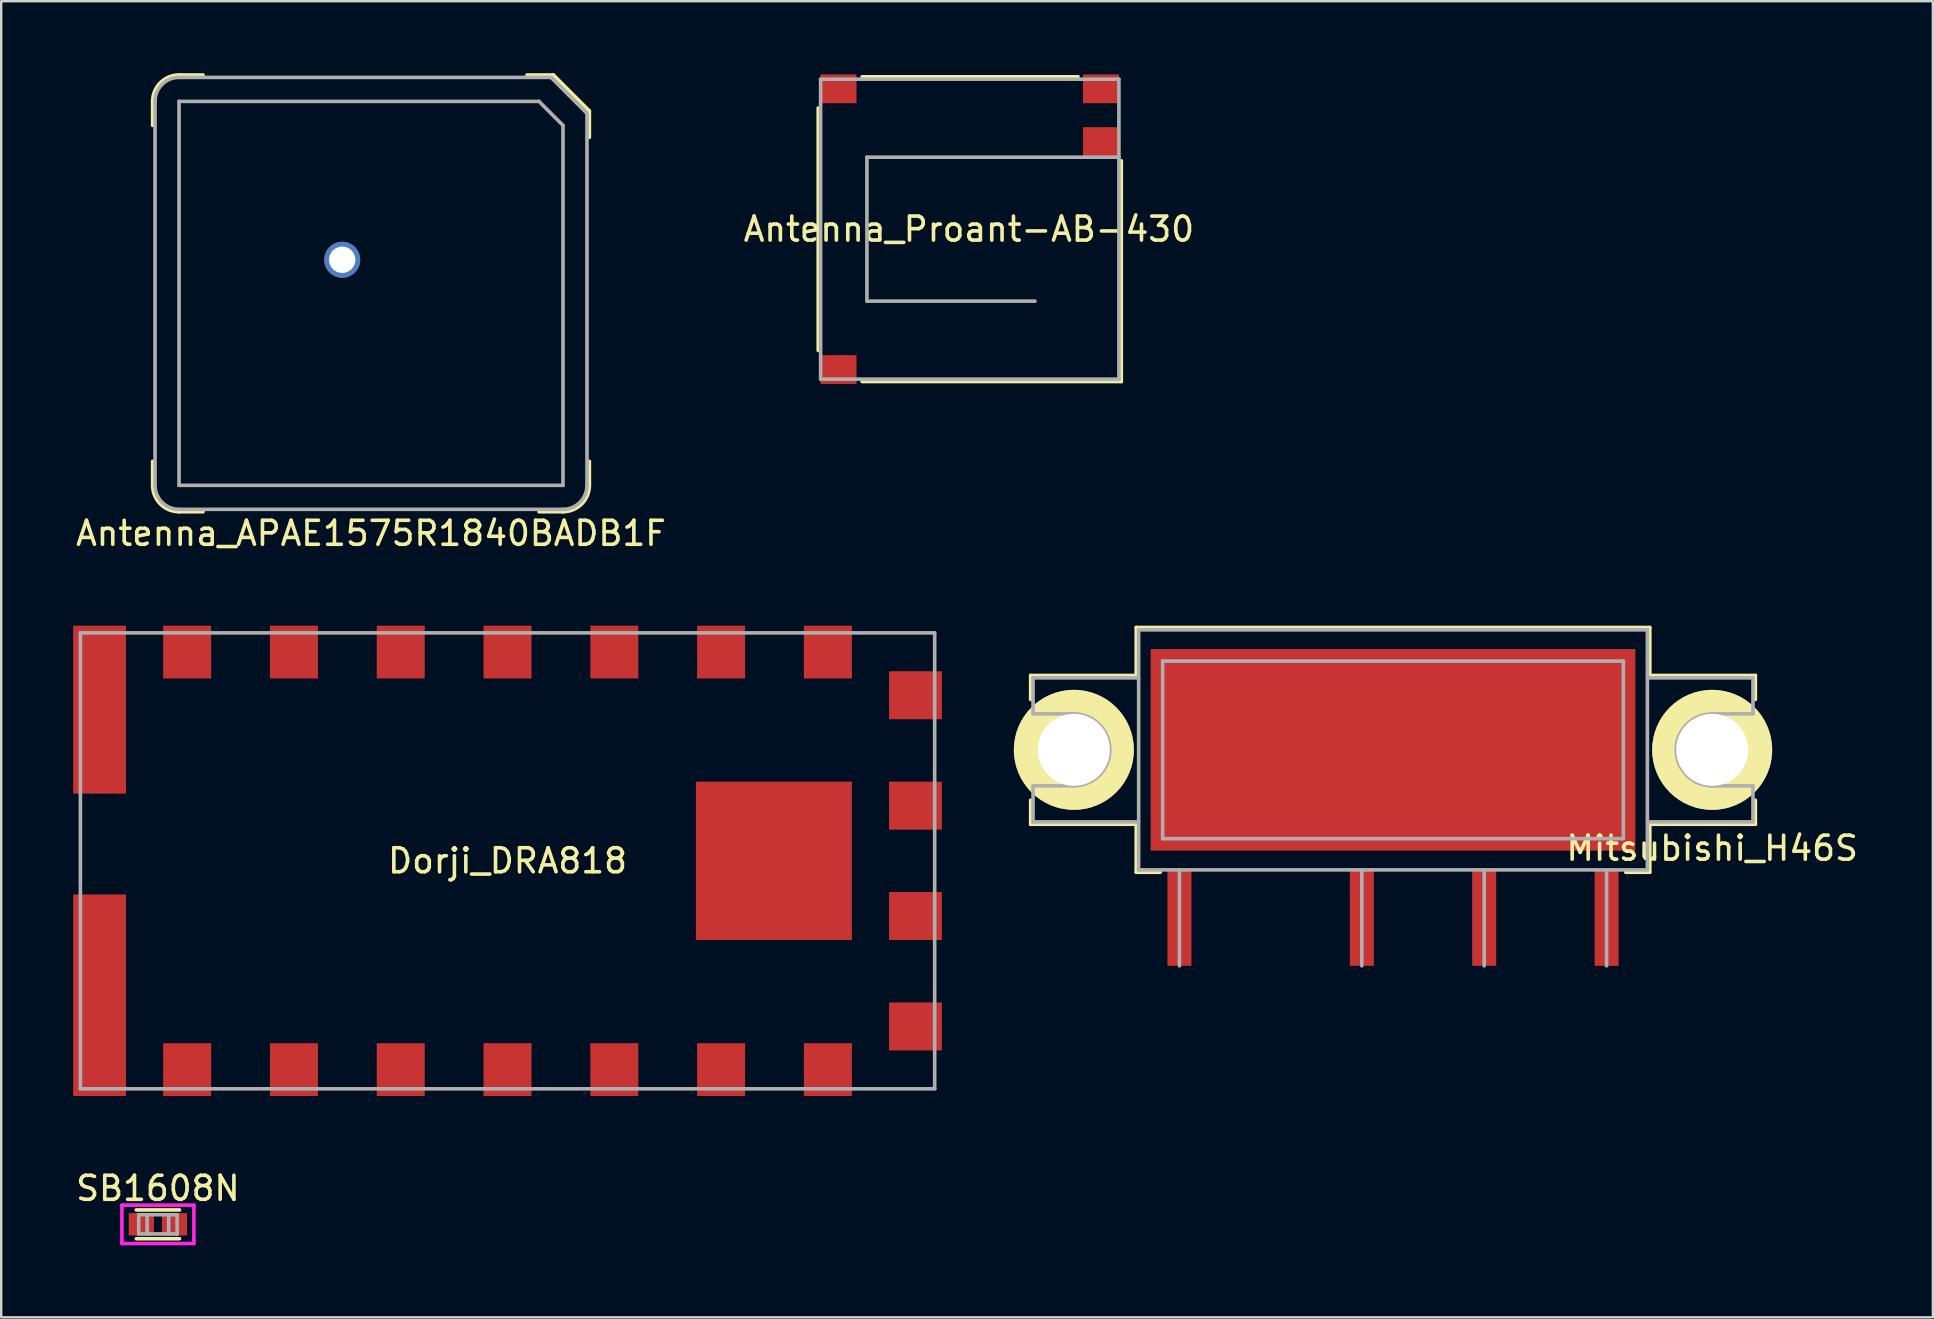
<source format=kicad_pcb>
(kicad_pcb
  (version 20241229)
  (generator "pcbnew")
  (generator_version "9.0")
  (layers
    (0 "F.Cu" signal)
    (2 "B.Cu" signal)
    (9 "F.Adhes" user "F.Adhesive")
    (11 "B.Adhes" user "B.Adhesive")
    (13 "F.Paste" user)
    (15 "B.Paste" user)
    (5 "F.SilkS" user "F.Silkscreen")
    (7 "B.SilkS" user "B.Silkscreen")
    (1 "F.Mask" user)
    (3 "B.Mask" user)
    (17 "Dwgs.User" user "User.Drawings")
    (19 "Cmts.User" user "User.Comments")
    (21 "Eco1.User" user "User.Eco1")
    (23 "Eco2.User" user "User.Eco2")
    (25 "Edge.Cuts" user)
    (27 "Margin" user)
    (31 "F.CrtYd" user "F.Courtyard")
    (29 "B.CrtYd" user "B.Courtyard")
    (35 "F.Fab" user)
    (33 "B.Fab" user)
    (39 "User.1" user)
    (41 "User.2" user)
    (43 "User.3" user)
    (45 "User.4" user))
  (footprint "Antenna_APAE1575R1840BADB1F"
    (layer "F.Cu")
    (at 12.411 9.175)
    (property "Reference" "Antenna_APAE1575R1840BADB1F" (at 0 10 0) (layer "F.SilkS") (effects (font (size 1 1) (thickness 0.15))))
    (attr through_hole)
    (fp_line (start -9.1 -8) (end -9.1 -7) (stroke (width 0.15) (type solid)) (layer "F.SilkS"))
    (fp_line (start -9.1 8) (end -9.1 7) (stroke (width 0.15) (type solid)) (layer "F.SilkS"))
    (fp_line (start -8 -9.1) (end -7 -9.1) (stroke (width 0.15) (type solid)) (layer "F.SilkS"))
    (fp_line (start -8 9.1) (end -7 9.1) (stroke (width 0.15) (type solid)) (layer "F.SilkS"))
    (fp_line (start 6.5 -9.1) (end 7.6 -9.1) (stroke (width 0.15) (type solid)) (layer "F.SilkS"))
    (fp_line (start 7.6 -9.1) (end 9.1 -7.6) (stroke (width 0.15) (type solid)) (layer "F.SilkS"))
    (fp_line (start 8 9.1) (end 7 9.1) (stroke (width 0.15) (type solid)) (layer "F.SilkS"))
    (fp_line (start 9.1 -7.6) (end 9.1 -6.5) (stroke (width 0.15) (type solid)) (layer "F.SilkS"))
    (fp_line (start 9.1 8) (end 9.1 7) (stroke (width 0.15) (type solid)) (layer "F.SilkS"))
    (fp_arc (start -9.1 -8) (mid -8.777817 -8.777817) (end -8 -9.1) (stroke (width 0.15) (type solid)) (layer "F.SilkS"))
    (fp_arc (start -8 9.1) (mid -8.777817 8.777817) (end -9.1 8) (stroke (width 0.15) (type solid)) (layer "F.SilkS"))
    (fp_arc (start 9.1 8) (mid 8.777817 8.777817) (end 8 9.1) (stroke (width 0.15) (type solid)) (layer "F.SilkS"))
    (fp_line (start -9 8) (end -9 -8) (stroke (width 0.15) (type solid)) (layer "F.Fab"))
    (fp_line (start -8 -9) (end 7.5 -9) (stroke (width 0.15) (type solid)) (layer "F.Fab"))
    (fp_line (start -8 -8) (end 7 -8) (stroke (width 0.15) (type solid)) (layer "F.Fab"))
    (fp_line (start -8 8) (end -8 -8) (stroke (width 0.15) (type solid)) (layer "F.Fab"))
    (fp_line (start 7 -8) (end 8 -7) (stroke (width 0.15) (type solid)) (layer "F.Fab"))
    (fp_line (start 7.5 -9) (end 9 -7.5) (stroke (width 0.15) (type solid)) (layer "F.Fab"))
    (fp_line (start 8 -7) (end 8 8) (stroke (width 0.15) (type solid)) (layer "F.Fab"))
    (fp_line (start 8 8) (end -8 8) (stroke (width 0.15) (type solid)) (layer "F.Fab"))
    (fp_line (start 8 9) (end -8 9) (stroke (width 0.15) (type solid)) (layer "F.Fab"))
    (fp_line (start 9 -7.5) (end 9 8) (stroke (width 0.15) (type solid)) (layer "F.Fab"))
    (fp_arc (start -9 -8) (mid -8.707107 -8.707107) (end -8 -9) (stroke (width 0.15) (type solid)) (layer "F.Fab"))
    (fp_arc (start -8 9) (mid -8.707107 8.707107) (end -9 8) (stroke (width 0.15) (type solid)) (layer "F.Fab"))
    (fp_arc (start 9 8) (mid 8.707107 8.707107) (end 8 9) (stroke (width 0.15) (type solid)) (layer "F.Fab"))
    (pad "1" thru_hole circle (at -1.2 -1.4) (size 1.5 1.5) (drill 1.1) (layers "*.Cu" "*.Mask")))
  (footprint "Dorji_DRA818"
    (layer "F.Cu")
    (at 18.1 32.823)
    (property "Reference" "Dorji_DRA818" (at 0 0 0) (layer "F.SilkS") (effects (font (size 1 1) (thickness 0.15))))
    (attr through_hole)
    (fp_line (start -17.8 -9.5) (end 17.8 -9.5) (stroke (width 0.15) (type solid)) (layer "F.Fab"))
    (fp_line (start -17.8 9.5) (end -17.8 -9.5) (stroke (width 0.15) (type solid)) (layer "F.Fab"))
    (fp_line (start 17.8 -9.5) (end 17.8 9.5) (stroke (width 0.15) (type solid)) (layer "F.Fab"))
    (fp_line (start 17.8 9.5) (end -17.8 9.5) (stroke (width 0.15) (type solid)) (layer "F.Fab"))
    (pad "1" smd rect (at -13.35 -8.7) (size 2 2.2) (layers "F.Cu" "F.Mask" "F.Paste"))
    (pad "2" smd rect (at -8.9 -8.7) (size 2 2.2) (layers "F.Cu" "F.Mask" "F.Paste"))
    (pad "3" smd rect (at -4.45 -8.7) (size 2 2.2) (layers "F.Cu" "F.Mask" "F.Paste"))
    (pad "4" smd rect (at 0 -8.7) (size 2 2.2) (layers "F.Cu" "F.Mask" "F.Paste"))
    (pad "5" smd rect (at 4.45 -8.7) (size 2 2.2) (layers "F.Cu" "F.Mask" "F.Paste"))
    (pad "6" smd rect (at 8.9 -8.7) (size 2 2.2) (layers "F.Cu" "F.Mask" "F.Paste"))
    (pad "7" smd rect (at 13.35 -8.7) (size 2 2.2) (layers "F.Cu" "F.Mask" "F.Paste"))
    (pad "8" smd rect (at 17 -6.9 90) (size 2 2.2) (layers "F.Cu" "F.Mask" "F.Paste"))
    (pad "9" smd rect (at 17 -2.3 90) (size 2 2.2) (layers "F.Cu" "F.Mask" "F.Paste"))
    (pad "10" smd rect (at 17 2.3 90) (size 2 2.2) (layers "F.Cu" "F.Mask" "F.Paste"))
    (pad "11" smd rect (at 17 6.9 90) (size 2 2.2) (layers "F.Cu" "F.Mask" "F.Paste"))
    (pad "12" smd rect (at 13.35 8.7) (size 2 2.2) (layers "F.Cu" "F.Mask" "F.Paste"))
    (pad "13" smd rect (at 8.9 8.7) (size 2 2.2) (layers "F.Cu" "F.Mask" "F.Paste"))
    (pad "14" smd rect (at 4.45 8.7) (size 2 2.2) (layers "F.Cu" "F.Mask" "F.Paste"))
    (pad "15" smd rect (at 0 8.7) (size 2 2.2) (layers "F.Cu" "F.Mask" "F.Paste"))
    (pad "16" smd rect (at -4.45 8.7) (size 2 2.2) (layers "F.Cu" "F.Mask" "F.Paste"))
    (pad "17" smd rect (at -8.9 8.7) (size 2 2.2) (layers "F.Cu" "F.Mask" "F.Paste"))
    (pad "18" smd rect (at -13.35 8.7) (size 2 2.2) (layers "F.Cu" "F.Mask" "F.Paste"))
    (pad "P1" smd rect (at 11.1 0) (size 6.5 6.6) (layers "F.Cu" "F.Mask" "F.Paste"))
    (pad "P2" smd rect (at -17 -6.3) (size 2.2 7) (layers "F.Cu" "F.Mask" "F.Paste"))
    (pad "P3" smd rect (at -17 5.6) (size 2.2 8.4) (layers "F.Cu" "F.Mask" "F.Paste")))
  (footprint "SB1608N"
    (layer "F.Cu")
    (at 3.53 47.971)
    (property "Reference" "SB1608N" (at 0 -1.5 0) (layer "F.SilkS") (effects (font (size 1 1) (thickness 0.15))))
    (attr through_hole)
    (fp_line (start -0.9 -0.6) (end 0.9 -0.6) (stroke (width 0.15) (type solid)) (layer "F.SilkS"))
    (fp_line (start 0.9 0.6) (end -0.9 0.6) (stroke (width 0.15) (type solid)) (layer "F.SilkS"))
    (fp_line (start -1.5 -0.8) (end -1.5 0.8) (stroke (width 0.15) (type solid)) (layer "F.CrtYd"))
    (fp_line (start -1.5 0.8) (end 1.5 0.8) (stroke (width 0.15) (type solid)) (layer "F.CrtYd"))
    (fp_line (start 1.5 -0.8) (end -1.5 -0.8) (stroke (width 0.15) (type solid)) (layer "F.CrtYd"))
    (fp_line (start 1.5 0.8) (end 1.5 -0.8) (stroke (width 0.15) (type solid)) (layer "F.CrtYd"))
    (fp_line (start -0.8 -0.4) (end -0.8 0.4) (stroke (width 0.15) (type solid)) (layer "F.Fab"))
    (fp_line (start -0.8 0.4) (end 0.8 0.4) (stroke (width 0.15) (type solid)) (layer "F.Fab"))
    (fp_line (start -0.45 0.4) (end -0.45 -0.4) (stroke (width 0.15) (type solid)) (layer "F.Fab"))
    (fp_line (start 0.45 -0.4) (end 0.45 0.4) (stroke (width 0.15) (type solid)) (layer "F.Fab"))
    (fp_line (start 0.8 -0.4) (end -0.8 -0.4) (stroke (width 0.15) (type solid)) (layer "F.Fab"))
    (fp_line (start 0.8 0.4) (end 0.8 -0.4) (stroke (width 0.15) (type solid)) (layer "F.Fab"))
    (pad "1" smd rect (at -0.69 0) (size 1.05 0.93) (layers "F.Cu" "F.Mask" "F.Paste"))
    (pad "2" smd rect (at 0.69 0) (size 1.05 0.93) (layers "F.Cu" "F.Mask" "F.Paste")))
  (footprint "Mitsubishi_H46S"
    (layer "F.Cu")
    (at 55 28.198)
    (property "Reference" "Mitsubishi_H46S" (at 13.3 4.1 0) (layer "F.SilkS") (effects (font (size 1 1) (thickness 0.15))))
    (attr through_hole)
    (fp_line (start -15.1 -3.1) (end -10.7 -3.1) (stroke (width 0.15) (type solid)) (layer "F.SilkS"))
    (fp_line (start -15.1 -2.1) (end -15.1 -3.1) (stroke (width 0.15) (type solid)) (layer "F.SilkS"))
    (fp_line (start -15.1 3.1) (end -15.1 2.1) (stroke (width 0.15) (type solid)) (layer "F.SilkS"))
    (fp_line (start -10.7 -5.1) (end 10.7 -5.1) (stroke (width 0.15) (type solid)) (layer "F.SilkS"))
    (fp_line (start -10.7 -3.1) (end -10.7 -5.1) (stroke (width 0.15) (type solid)) (layer "F.SilkS"))
    (fp_line (start -10.7 3.1) (end -15.1 3.1) (stroke (width 0.15) (type solid)) (layer "F.SilkS"))
    (fp_line (start -10.7 5.1) (end -10.7 3.1) (stroke (width 0.15) (type solid)) (layer "F.SilkS"))
    (fp_line (start -9.7 5.1) (end -10.7 5.1) (stroke (width 0.15) (type solid)) (layer "F.SilkS"))
    (fp_line (start 10.7 -5.1) (end 10.7 -3.1) (stroke (width 0.15) (type solid)) (layer "F.SilkS"))
    (fp_line (start 10.7 -3.1) (end 15.1 -3.1) (stroke (width 0.15) (type solid)) (layer "F.SilkS"))
    (fp_line (start 10.7 3.1) (end 10.7 5.1) (stroke (width 0.15) (type solid)) (layer "F.SilkS"))
    (fp_line (start 10.7 5.1) (end 9.7 5.1) (stroke (width 0.15) (type solid)) (layer "F.SilkS"))
    (fp_line (start 15.1 -3.1) (end 15.1 -2.1) (stroke (width 0.15) (type solid)) (layer "F.SilkS"))
    (fp_line (start 15.1 2.1) (end 15.1 3.1) (stroke (width 0.15) (type solid)) (layer "F.SilkS"))
    (fp_line (start 15.1 3.1) (end 10.7 3.1) (stroke (width 0.15) (type solid)) (layer "F.SilkS"))
    (fp_line (start -15 -3) (end -15 -1.5) (stroke (width 0.15) (type solid)) (layer "F.Fab"))
    (fp_line (start -15 -3) (end -10.6 -3) (stroke (width 0.15) (type solid)) (layer "F.Fab"))
    (fp_line (start -15 -1.5) (end -13.3 -1.5) (stroke (width 0.15) (type solid)) (layer "F.Fab"))
    (fp_line (start -15 1.5) (end -13.3 1.5) (stroke (width 0.15) (type solid)) (layer "F.Fab"))
    (fp_line (start -15 3) (end -15 1.5) (stroke (width 0.15) (type solid)) (layer "F.Fab"))
    (fp_line (start -10.6 -5) (end 10.6 -5) (stroke (width 0.15) (type solid)) (layer "F.Fab"))
    (fp_line (start -10.6 3) (end -15 3) (stroke (width 0.15) (type solid)) (layer "F.Fab"))
    (fp_line (start -10.6 5) (end -10.6 -5) (stroke (width 0.15) (type solid)) (layer "F.Fab"))
    (fp_line (start -9.6 -3.7) (end 9.6 -3.7) (stroke (width 0.15) (type solid)) (layer "F.Fab"))
    (fp_line (start -9.6 3.7) (end -9.6 -3.7) (stroke (width 0.15) (type solid)) (layer "F.Fab"))
    (fp_line (start -8.9 9) (end -8.9 5) (stroke (width 0.15) (type solid)) (layer "F.Fab"))
    (fp_line (start -1.3 5) (end -1.3 9) (stroke (width 0.15) (type solid)) (layer "F.Fab"))
    (fp_line (start 3.8 9) (end 3.8 5) (stroke (width 0.15) (type solid)) (layer "F.Fab"))
    (fp_line (start 8.9 5) (end 8.9 9) (stroke (width 0.15) (type solid)) (layer "F.Fab"))
    (fp_line (start 9.6 -3.7) (end 9.6 3.7) (stroke (width 0.15) (type solid)) (layer "F.Fab"))
    (fp_line (start 9.6 3.7) (end -9.6 3.7) (stroke (width 0.15) (type solid)) (layer "F.Fab"))
    (fp_line (start 10.6 -5) (end 10.6 5) (stroke (width 0.15) (type solid)) (layer "F.Fab"))
    (fp_line (start 10.6 -3) (end 15 -3) (stroke (width 0.15) (type solid)) (layer "F.Fab"))
    (fp_line (start 10.6 5) (end -10.6 5) (stroke (width 0.15) (type solid)) (layer "F.Fab"))
    (fp_line (start 13.3 1.5) (end 15 1.5) (stroke (width 0.15) (type solid)) (layer "F.Fab"))
    (fp_line (start 15 -3) (end 15 -1.5) (stroke (width 0.15) (type solid)) (layer "F.Fab"))
    (fp_line (start 15 -1.5) (end 13.3 -1.5) (stroke (width 0.15) (type solid)) (layer "F.Fab"))
    (fp_line (start 15 1.5) (end 15 3) (stroke (width 0.15) (type solid)) (layer "F.Fab"))
    (fp_line (start 15 3) (end 10.6 3) (stroke (width 0.15) (type solid)) (layer "F.Fab"))
    (fp_arc (start -13.3 -1.5) (mid -11.8 0) (end -13.3 1.5) (stroke (width 0.15) (type solid)) (layer "F.Fab"))
    (fp_arc (start 13.3 1.5) (mid 11.8 0) (end 13.3 -1.5) (stroke (width 0.15) (type solid)) (layer "F.Fab"))
    (pad "1" smd rect (at -8.9 7) (size 1 4) (layers "F.Cu" "F.Mask"))
    (pad "2" smd rect (at -1.3 7) (size 1 4) (layers "F.Cu" "F.Mask"))
    (pad "3" smd rect (at 3.8 7) (size 1 4) (layers "F.Cu" "F.Mask"))
    (pad "4" smd rect (at 8.9 7) (size 1 4) (layers "F.Cu" "F.Mask"))
    (pad "5" thru_hole circle (at -13.3 0) (size 5 5) (drill 3) (layers "*.Cu" "*.Mask" "F.SilkS"))
    (pad "5" smd rect (at 0 0) (size 20.2 8.4) (layers "F.Cu" "F.Mask"))
    (pad "5" thru_hole circle (at 13.3 0) (size 5 5) (drill 3) (layers "*.Cu" "*.Mask" "F.SilkS")))
  (footprint "Antenna_Proant-AB-430"
    (layer "F.Cu")
    (at 43.577 0.25)
    (property "Reference" "Antenna_Proant-AB-430" (at -6.25 6.25 0) (layer "F.SilkS") (effects (font (size 1 1) (thickness 0.15))))
    (attr through_hole)
    (fp_line (start -12.53 11.3) (end -12.53 1.2) (stroke (width 0.15) (type solid)) (layer "F.SilkS"))
    (fp_line (start -10.7 -0.1) (end -1.7 -0.1) (stroke (width 0.15) (type solid)) (layer "F.SilkS"))
    (fp_line (start 0.1 3.4) (end 0.1 12.6) (stroke (width 0.15) (type solid)) (layer "F.SilkS"))
    (fp_line (start 0.1 12.6) (end -10.7 12.6) (stroke (width 0.15) (type solid)) (layer "F.SilkS"))
    (fp_line (start -12.43 0) (end 0 0) (stroke (width 0.15) (type solid)) (layer "F.Fab"))
    (fp_line (start -12.43 12.5) (end -12.43 0) (stroke (width 0.15) (type solid)) (layer "F.Fab"))
    (fp_line (start -10.5 3.25) (end -10.5 9.25) (stroke (width 0.15) (type solid)) (layer "F.Fab"))
    (fp_line (start -10.5 9.25) (end -3.5 9.25) (stroke (width 0.15) (type solid)) (layer "F.Fab"))
    (fp_line (start 0 0) (end 0 12.5) (stroke (width 0.15) (type solid)) (layer "F.Fab"))
    (fp_line (start 0 3.25) (end -10.5 3.25) (stroke (width 0.15) (type solid)) (layer "F.Fab"))
    (fp_line (start 0 12.5) (end -12.43 12.5) (stroke (width 0.15) (type solid)) (layer "F.Fab"))
    (pad "1" smd rect (at -0.745 2.6) (size 1.5 1.2) (layers "F.Cu" "F.Mask" "F.Paste"))
    (pad "2" smd rect (at -0.745 0.4) (size 1.5 1.2) (layers "F.Cu" "F.Mask" "F.Paste"))
    (pad "3" smd rect (at -11.685 0.4) (size 1.5 1.2) (layers "F.Cu" "F.Mask" "F.Paste"))
    (pad "4" smd rect (at -11.685 12.1) (size 1.5 1.2) (layers "F.Cu" "F.Mask" "F.Paste")))
  (gr_rect
    (start -3 -3)
    (end 77.496 51.846)
    (stroke (width 0.1) (type default))
    (fill no)
    (layer "Edge.Cuts")))
</source>
